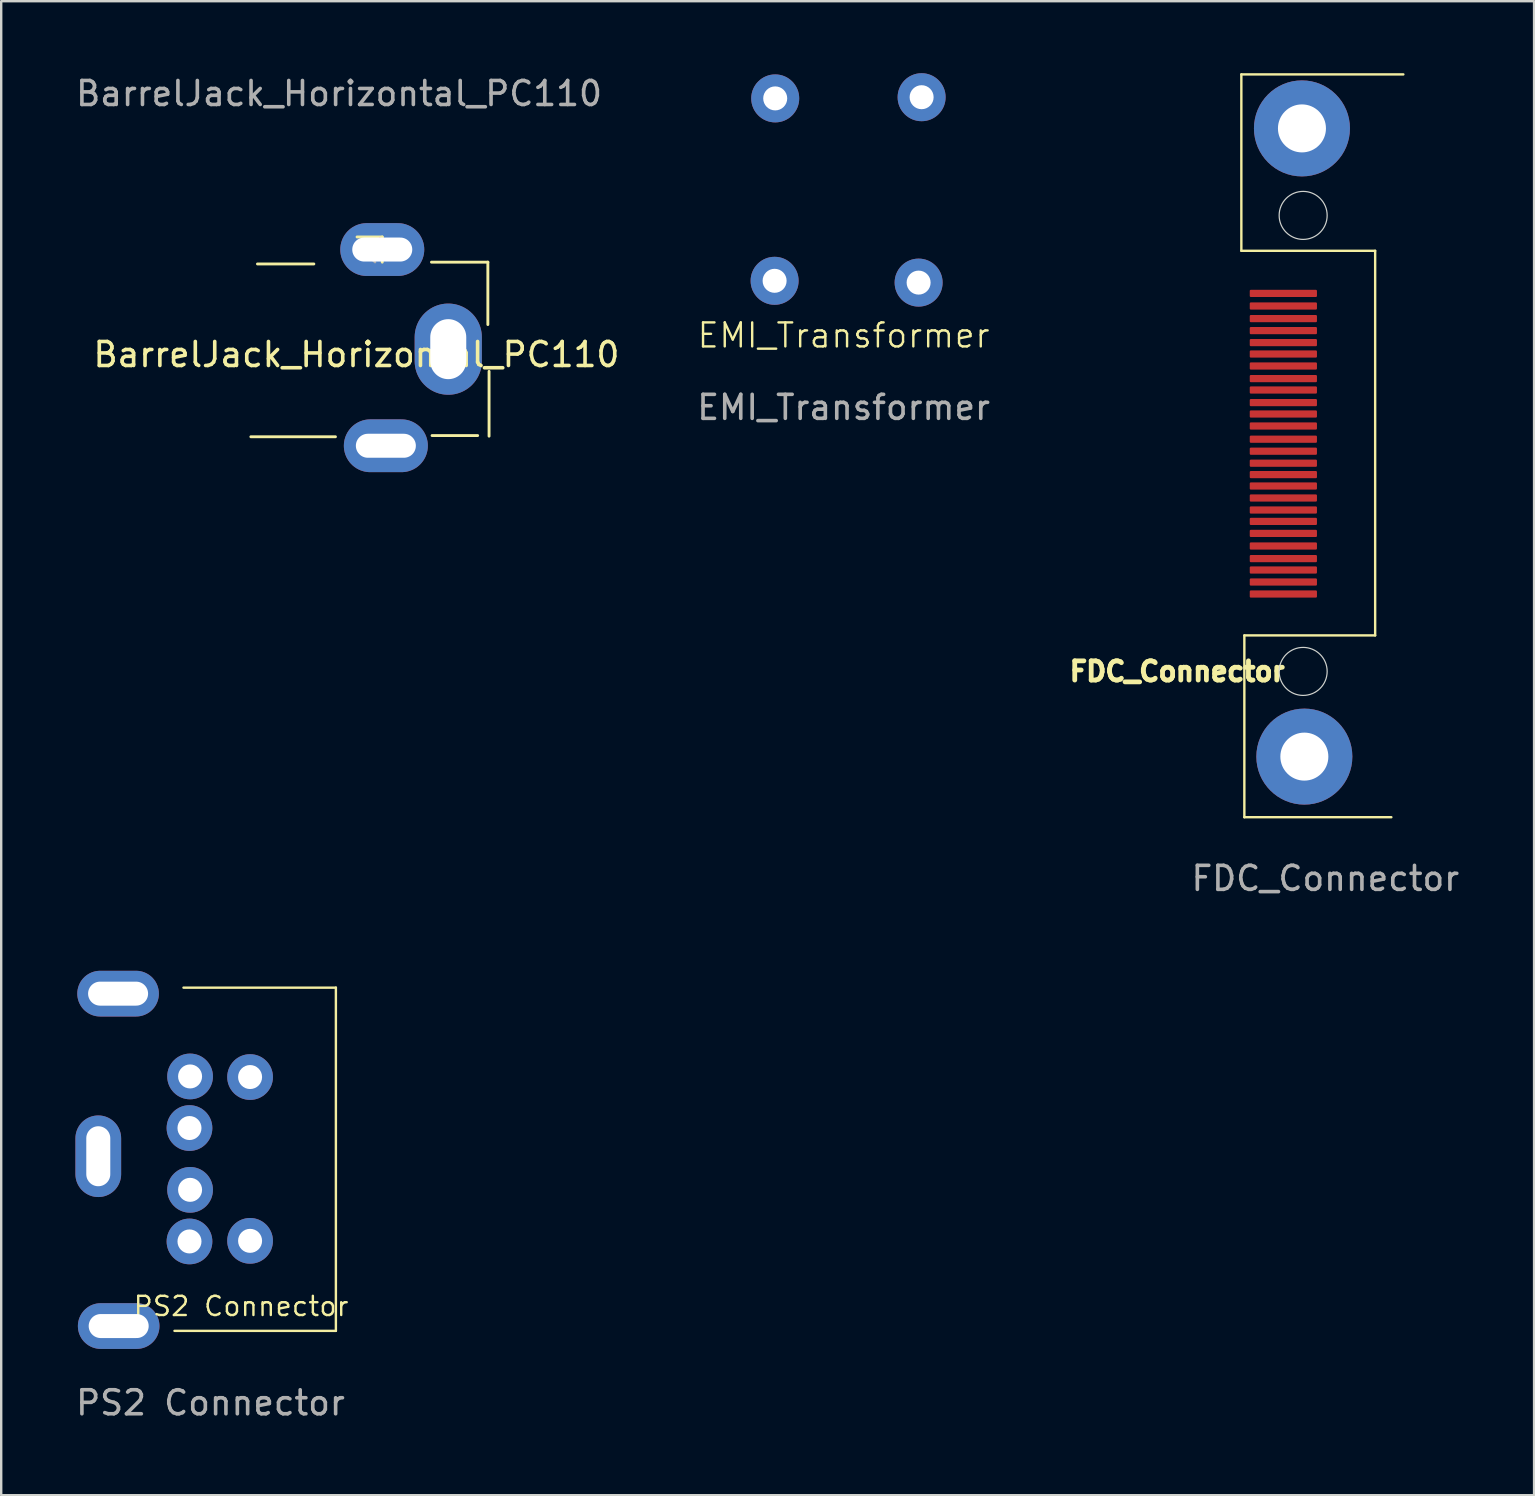
<source format=kicad_pcb>
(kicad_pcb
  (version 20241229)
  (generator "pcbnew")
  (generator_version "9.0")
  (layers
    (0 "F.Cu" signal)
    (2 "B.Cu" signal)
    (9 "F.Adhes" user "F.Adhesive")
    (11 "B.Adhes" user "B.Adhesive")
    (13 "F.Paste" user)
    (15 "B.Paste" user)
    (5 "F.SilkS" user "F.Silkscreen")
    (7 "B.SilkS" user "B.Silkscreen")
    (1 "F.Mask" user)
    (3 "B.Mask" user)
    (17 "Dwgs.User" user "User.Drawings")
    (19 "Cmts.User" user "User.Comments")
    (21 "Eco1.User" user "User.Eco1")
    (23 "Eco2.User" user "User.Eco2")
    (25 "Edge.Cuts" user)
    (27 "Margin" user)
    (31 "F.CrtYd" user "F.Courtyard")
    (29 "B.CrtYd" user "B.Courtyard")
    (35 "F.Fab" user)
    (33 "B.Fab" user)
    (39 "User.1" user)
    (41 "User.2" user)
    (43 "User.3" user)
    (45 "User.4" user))
  (footprint "BarrelJack_Horizontal_PC110"
    (layer "F.Cu")
    (at 11.777 11.623)
    (property "Reference" "BarrelJack_Horizontal_PC110" (at 0.025 0.1 0) (layer "F.SilkS") (effects (font (size 1 1) (thickness 0.15))))
    (attr through_hole)
    (fp_line (start -4.1 -3.675) (end -1.75 -3.675) (stroke (width 0.12) (type solid)) (layer "F.SilkS"))
    (fp_line (start -0.85 3.525) (end -4.375 3.525) (stroke (width 0.12) (type solid)) (layer "F.SilkS"))
    (fp_line (start 0.05 -4.8) (end 1.1 -4.8) (stroke (width 0.12) (type solid)) (layer "F.SilkS"))
    (fp_line (start 1.1 -3.75) (end 1.1 -4.8) (stroke (width 0.12) (type solid)) (layer "F.SilkS"))
    (fp_line (start 3.15 -3.75) (end 5.5 -3.75) (stroke (width 0.12) (type solid)) (layer "F.SilkS"))
    (fp_line (start 5.075 3.475) (end 3.175 3.475) (stroke (width 0.12) (type solid)) (layer "F.SilkS"))
    (fp_line (start 5.5 -3.75) (end 5.5 -1.15) (stroke (width 0.12) (type solid)) (layer "F.SilkS"))
    (fp_line (start 5.55 0.8) (end 5.55 3.5) (stroke (width 0.12) (type solid)) (layer "F.SilkS"))
    (fp_line (start 1 -4.5) (end 1 -4.75) (stroke (width 0.05) (type solid)) (layer "F.CrtYd"))
    (fp_line (start -0.003 -4.505) (end 0.8 -3.75) (stroke (width 0.1) (type solid)) (layer "F.Fab"))
    (fp_text user "${REFERENCE}" (at -0.7 -10.775 0) (layer "F.Fab") (effects (font (size 1 1) (thickness 0.15))))
    (pad "1" thru_hole oval (at 3.85 -0.125) (size 2.8 3.8) (drill oval 1.5 2.5) (layers "*.Cu" "*.Mask"))
    (pad "2" thru_hole oval (at 1.1 -4.275) (size 3.5 2.2) (drill oval 2.5 1) (layers "*.Cu" "*.Mask"))
    (pad "3" thru_hole oval (at 1.25 3.9) (size 3.5 2.2) (drill oval 2.5 1) (layers "*.Cu" "*.Mask")))
  (footprint "PS2 Connector"
    (layer "F.Cu")
    (at 5.77 45.251)
    (property "Reference" "PS2 Connector" (at 1.225 6.125 0) (unlocked yes) (layer "F.SilkS") (effects (font (size 0.8 0.8) (thickness 0.1))))
    (attr smd)
    (fp_line (start -1.175 -7.15) (end 5.175 -7.15) (stroke (width 0.1) (type default)) (layer "F.SilkS"))
    (fp_line (start 5.175 -7.15) (end 5.175 7.15) (stroke (width 0.1) (type default)) (layer "F.SilkS"))
    (fp_line (start 5.175 7.15) (end -1.55 7.15) (stroke (width 0.1) (type default)) (layer "F.SilkS"))
    (fp_text user "${REFERENCE}" (at -0.05 10.15 0) (unlocked yes) (layer "F.Fab") (effects (font (size 1 1) (thickness 0.15))))
    (pad "" thru_hole oval (at -4.725 -0.125) (size 1.905 3.4) (drill oval 1 2.5) (layers "*.Cu" "*.Mask"))
    (pad "" thru_hole oval (at -3.9 -6.9 90) (size 1.905 3.4) (drill oval 1 2.5) (layers "*.Cu" "*.Mask"))
    (pad "" thru_hole oval (at -3.875 6.95 90) (size 1.905 3.4) (drill oval 1 2.5) (layers "*.Cu" "*.Mask"))
    (pad "1" thru_hole circle (at -0.9 1.275) (size 1.905 1.905) (drill 1) (layers "*.Cu" "*.Mask"))
    (pad "2" thru_hole circle (at -0.925 -1.3) (size 1.905 1.905) (drill 1) (layers "*.Cu" "*.Mask"))
    (pad "3" thru_hole circle (at -0.925 3.425) (size 1.905 1.905) (drill 1) (layers "*.Cu" "*.Mask"))
    (pad "4" thru_hole circle (at -0.9 -3.45) (size 1.905 1.905) (drill 1) (layers "*.Cu" "*.Mask"))
    (pad "5" thru_hole circle (at 1.6 3.4) (size 1.905 1.905) (drill 1) (layers "*.Cu" "*.Mask"))
    (pad "6" thru_hole circle (at 1.6 -3.425) (size 1.905 1.905) (drill 1) (layers "*.Cu" "*.Mask")))
  (footprint "FDC_Connector"
    (layer "F.Cu")
    (at 52.147 15.55)
    (property "Reference" "FDC_Connector" (at -6.15 9.375 0) (unlocked yes) (layer "F.SilkS") (effects (font (size 0.8 0.8) (thickness 0.2) (bold yes))))
    (attr smd)
    (fp_line (start -3.475 -15.5) (end -3.475 -8.15) (stroke (width 0.1) (type default)) (layer "F.SilkS"))
    (fp_line (start -3.475 -8.15) (end 2.1 -8.15) (stroke (width 0.1) (type default)) (layer "F.SilkS"))
    (fp_line (start -3.35 7.875) (end -3.35 15.45) (stroke (width 0.1) (type default)) (layer "F.SilkS"))
    (fp_line (start -3.35 15.45) (end 2.775 15.45) (stroke (width 0.1) (type default)) (layer "F.SilkS"))
    (fp_line (start 2.1 -8.15) (end 2.1 7.875) (stroke (width 0.1) (type default)) (layer "F.SilkS"))
    (fp_line (start 2.1 7.875) (end -3.35 7.875) (stroke (width 0.1) (type default)) (layer "F.SilkS"))
    (fp_line (start 3.275 -15.5) (end -3.475 -15.5) (stroke (width 0.1) (type default)) (layer "F.SilkS"))
    (fp_circle (center -0.9 -9.625) (end 0.1 -9.625) (stroke (width 0.05) (type solid)) (fill no) (layer "Edge.Cuts"))
    (fp_circle (center -0.9 9.375) (end 0.1 9.375) (stroke (width 0.05) (type solid)) (fill no) (layer "Edge.Cuts"))
    (fp_text user "${REFERENCE}" (at 0.025 18 0) (unlocked yes) (layer "F.Fab") (effects (font (size 1 1) (thickness 0.15))))
    (pad "" thru_hole circle (at -0.95 -13.25) (size 4 4) (drill 2) (layers "*.Cu" "*.Mask"))
    (pad "" thru_hole circle (at -0.85 12.925) (size 4 4) (drill 2) (layers "*.Cu" "*.Mask"))
    (pad "1" smd roundrect (at -1.725 -6.375) (size 2.8 0.3) (layers "F.Cu" "F.Mask" "F.Paste") (roundrect_rratio 0.15))
    (pad "2" smd roundrect (at -1.725 -5.85) (size 2.8 0.3) (layers "F.Cu" "F.Mask" "F.Paste") (roundrect_rratio 0.15))
    (pad "3" smd roundrect (at -1.725 -5.325) (size 2.8 0.3) (layers "F.Cu" "F.Mask" "F.Paste") (roundrect_rratio 0.15))
    (pad "4" smd roundrect (at -1.725 -4.825) (size 2.8 0.3) (layers "F.Cu" "F.Mask" "F.Paste") (roundrect_rratio 0.15))
    (pad "5" smd roundrect (at -1.725 -4.325) (size 2.8 0.3) (layers "F.Cu" "F.Mask" "F.Paste") (roundrect_rratio 0.15))
    (pad "6" smd roundrect (at -1.725 -3.85) (size 2.8 0.3) (layers "F.Cu" "F.Mask" "F.Paste") (roundrect_rratio 0.15))
    (pad "7" smd roundrect (at -1.725 -3.35) (size 2.8 0.3) (layers "F.Cu" "F.Mask" "F.Paste") (roundrect_rratio 0.15))
    (pad "8" smd roundrect (at -1.725 -2.825) (size 2.8 0.3) (layers "F.Cu" "F.Mask" "F.Paste") (roundrect_rratio 0.15))
    (pad "9" smd roundrect (at -1.725 -2.35) (size 2.8 0.3) (layers "F.Cu" "F.Mask" "F.Paste") (roundrect_rratio 0.15))
    (pad "10" smd roundrect (at -1.725 -1.825) (size 2.8 0.3) (layers "F.Cu" "F.Mask" "F.Paste") (roundrect_rratio 0.15))
    (pad "11" smd roundrect (at -1.725 -1.35) (size 2.8 0.3) (layers "F.Cu" "F.Mask" "F.Paste") (roundrect_rratio 0.15))
    (pad "12" smd roundrect (at -1.725 -0.85) (size 2.8 0.3) (layers "F.Cu" "F.Mask" "F.Paste") (roundrect_rratio 0.15))
    (pad "13" smd roundrect (at -1.725 -0.3) (size 2.8 0.3) (layers "F.Cu" "F.Mask" "F.Paste") (roundrect_rratio 0.15))
    (pad "14" smd roundrect (at -1.725 0.2) (size 2.8 0.3) (layers "F.Cu" "F.Mask" "F.Paste") (roundrect_rratio 0.15))
    (pad "15" smd roundrect (at -1.725 0.7) (size 2.8 0.3) (layers "F.Cu" "F.Mask" "F.Paste") (roundrect_rratio 0.15))
    (pad "16" smd roundrect (at -1.725 1.175) (size 2.8 0.3) (layers "F.Cu" "F.Mask" "F.Paste") (roundrect_rratio 0.15))
    (pad "17" smd roundrect (at -1.725 1.65) (size 2.8 0.3) (layers "F.Cu" "F.Mask" "F.Paste") (roundrect_rratio 0.15))
    (pad "18" smd roundrect (at -1.725 2.15) (size 2.8 0.3) (layers "F.Cu" "F.Mask" "F.Paste") (roundrect_rratio 0.15))
    (pad "19" smd roundrect (at -1.725 2.65) (size 2.8 0.3) (layers "F.Cu" "F.Mask" "F.Paste") (roundrect_rratio 0.15))
    (pad "20" smd roundrect (at -1.725 3.125) (size 2.8 0.3) (layers "F.Cu" "F.Mask" "F.Paste") (roundrect_rratio 0.15))
    (pad "21" smd roundrect (at -1.725 3.625) (size 2.8 0.3) (layers "F.Cu" "F.Mask" "F.Paste") (roundrect_rratio 0.15))
    (pad "22" smd roundrect (at -1.725 4.15) (size 2.8 0.3) (layers "F.Cu" "F.Mask" "F.Paste") (roundrect_rratio 0.15))
    (pad "23" smd roundrect (at -1.725 4.675) (size 2.8 0.3) (layers "F.Cu" "F.Mask" "F.Paste") (roundrect_rratio 0.15))
    (pad "24" smd roundrect (at -1.725 5.15) (size 2.8 0.3) (layers "F.Cu" "F.Mask" "F.Paste") (roundrect_rratio 0.15))
    (pad "25" smd roundrect (at -1.725 5.65) (size 2.8 0.3) (layers "F.Cu" "F.Mask" "F.Paste") (roundrect_rratio 0.15))
    (pad "26" smd roundrect (at -1.725 6.15) (size 2.8 0.3) (layers "F.Cu" "F.Mask" "F.Paste") (roundrect_rratio 0.15)))
  (footprint "EMI_Transformer"
    (layer "F.Cu")
    (at 32.15 4.7)
    (property "Reference" "EMI_Transformer" (at -0.05 6.225 0) (unlocked yes) (layer "F.SilkS") (effects (font (size 1 1) (thickness 0.1))))
    (attr smd)
    (fp_text user "${REFERENCE}" (at -0.05 9.225 0) (unlocked yes) (layer "F.Fab") (effects (font (size 1 1) (thickness 0.15))))
    (pad "1" thru_hole circle (at -2.9 -3.65) (size 2 2) (drill 1) (layers "*.Cu" "*.Mask"))
    (pad "2" thru_hole circle (at -2.925 3.95) (size 2 2) (drill 1) (layers "*.Cu" "*.Mask"))
    (pad "3" thru_hole circle (at 3.2 -3.7) (size 2 2) (drill 1) (layers "*.Cu" "*.Mask"))
    (pad "4" thru_hole circle (at 3.075 4.025) (size 2 2) (drill 1) (layers "*.Cu" "*.Mask")))
  (gr_rect
    (start -3 -3)
    (end 60.869 59.249)
    (stroke (width 0.1) (type default))
    (fill no)
    (layer "Edge.Cuts")))
</source>
